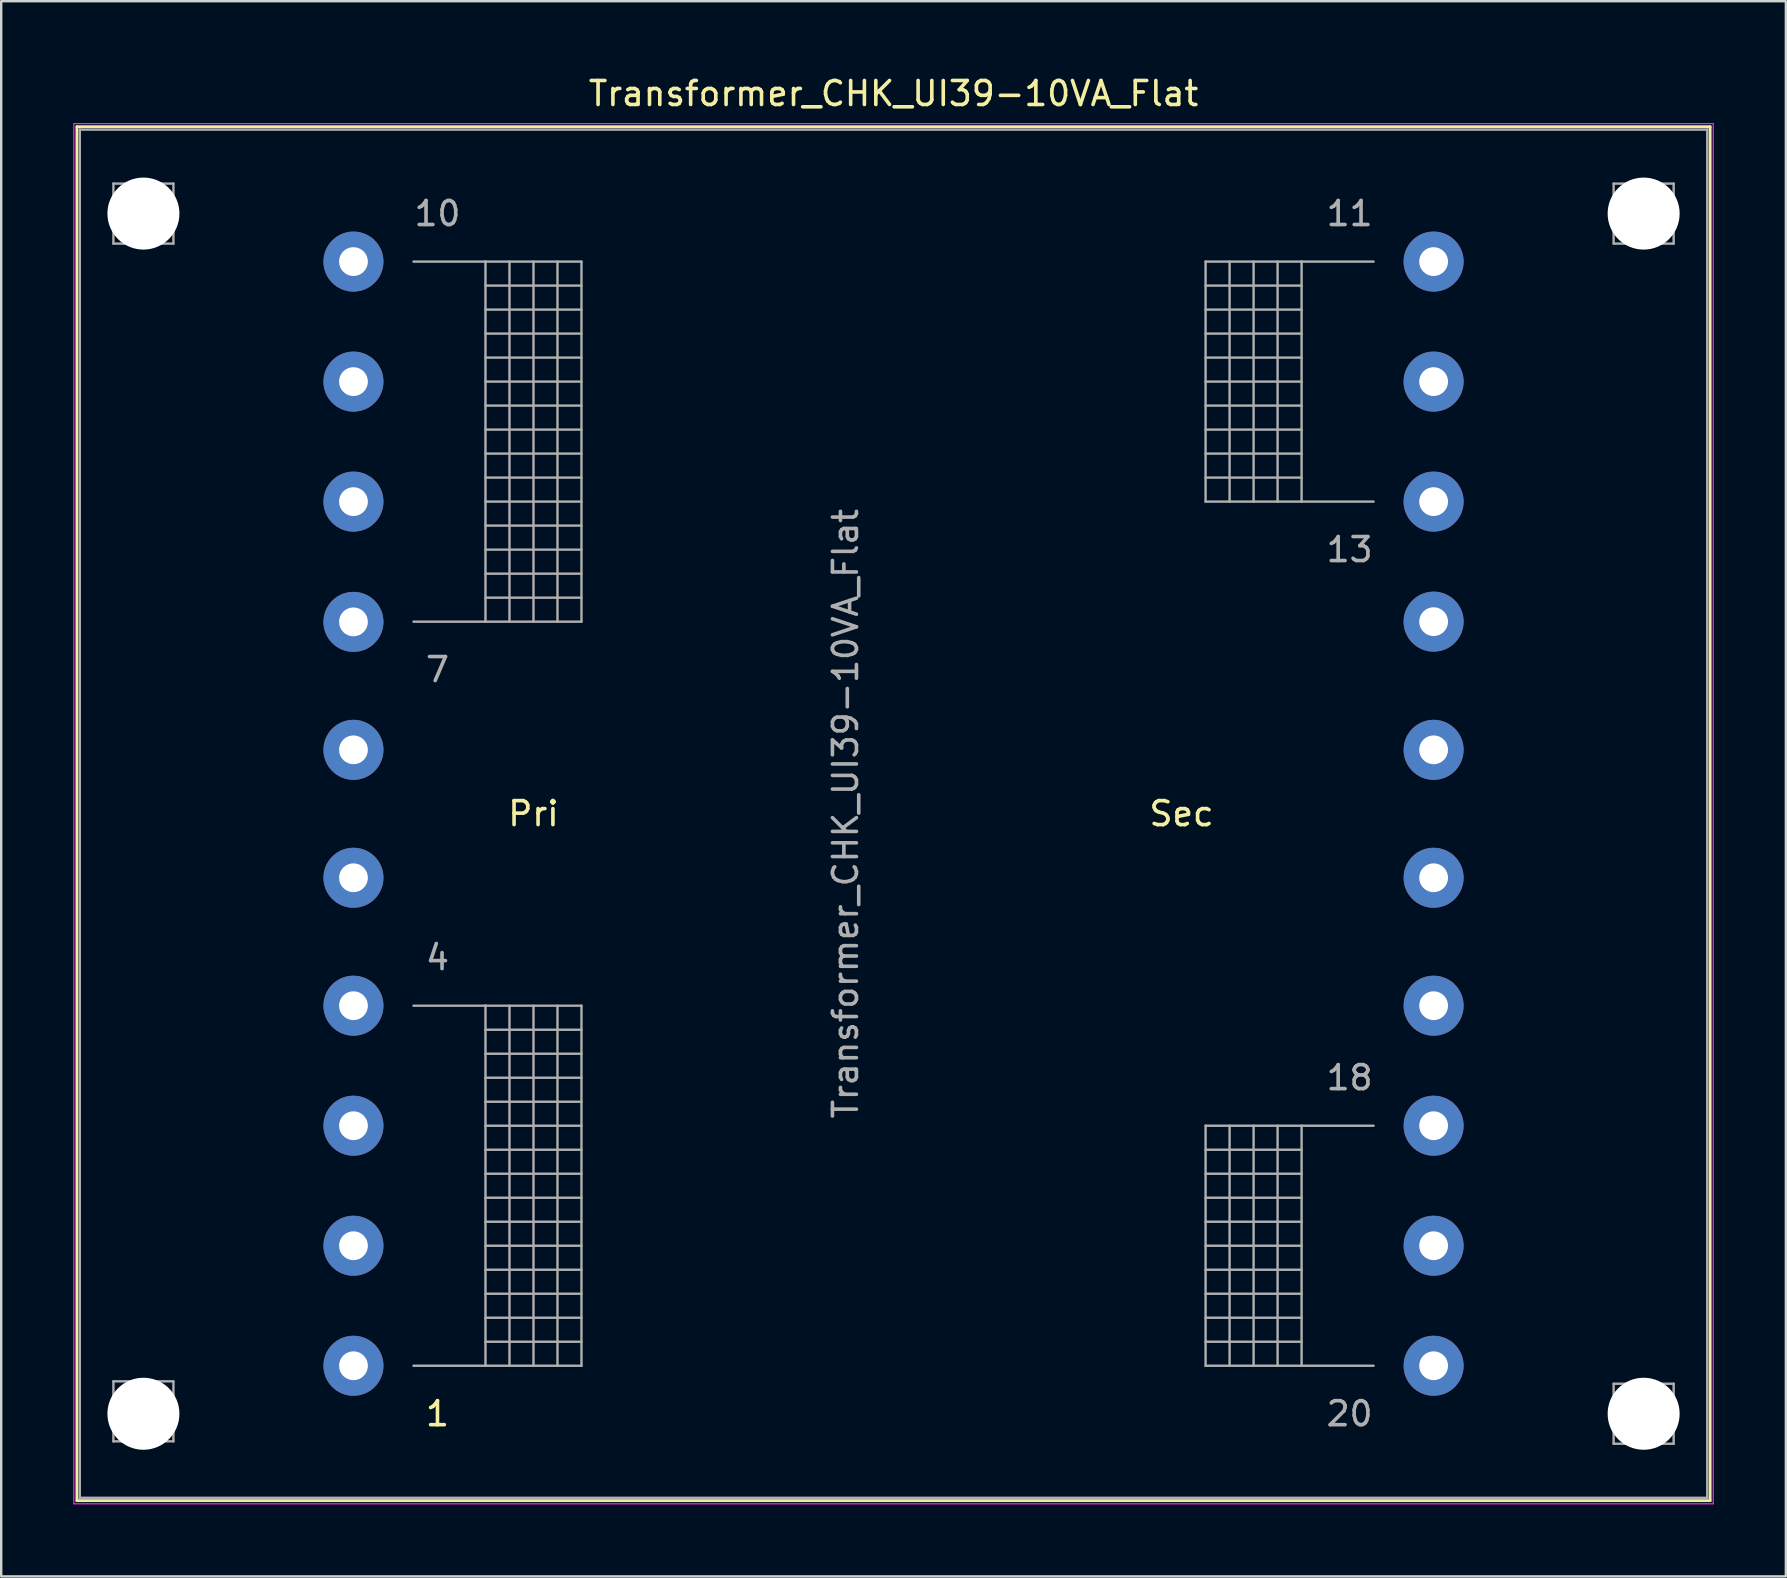
<source format=kicad_pcb>
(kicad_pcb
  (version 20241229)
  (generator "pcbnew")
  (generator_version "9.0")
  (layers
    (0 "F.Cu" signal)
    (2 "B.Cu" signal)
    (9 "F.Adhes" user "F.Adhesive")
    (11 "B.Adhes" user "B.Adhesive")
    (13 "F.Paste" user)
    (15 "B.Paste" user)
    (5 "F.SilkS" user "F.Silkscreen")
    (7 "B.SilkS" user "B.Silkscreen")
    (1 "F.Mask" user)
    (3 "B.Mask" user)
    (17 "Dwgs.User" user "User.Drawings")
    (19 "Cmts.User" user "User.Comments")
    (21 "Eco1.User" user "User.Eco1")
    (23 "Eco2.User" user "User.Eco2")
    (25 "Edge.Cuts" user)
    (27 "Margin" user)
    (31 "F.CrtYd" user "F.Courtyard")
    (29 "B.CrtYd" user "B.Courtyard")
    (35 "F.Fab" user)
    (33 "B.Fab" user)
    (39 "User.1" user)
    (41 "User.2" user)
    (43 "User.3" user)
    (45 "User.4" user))
  (footprint "Transformer_CHK_UI39-10VA_Flat"
    (layer "F.Cu")
    (at 11.675 53.848)
    (property "Reference" "Transformer_CHK_UI39-10VA_Flat" (at 22.5 -53 0) (layer "F.SilkS") (effects (font (size 1 1) (thickness 0.15))))
    (attr through_hole)
    (fp_line (start -11.52 -51.62) (end -11.52 5.62) (stroke (width 0.12) (type solid)) (layer "F.SilkS"))
    (fp_line (start -11.52 -51.62) (end 56.52 -51.62) (stroke (width 0.12) (type solid)) (layer "F.SilkS"))
    (fp_line (start 56.52 5.62) (end -11.52 5.62) (stroke (width 0.12) (type solid)) (layer "F.SilkS"))
    (fp_line (start 56.52 5.62) (end 56.52 -51.62) (stroke (width 0.12) (type solid)) (layer "F.SilkS"))
    (fp_line (start -11.65 -51.75) (end -11.65 5.75) (stroke (width 0.05) (type solid)) (layer "F.CrtYd"))
    (fp_line (start -11.65 -51.75) (end 56.65 -51.75) (stroke (width 0.05) (type solid)) (layer "F.CrtYd"))
    (fp_line (start 56.65 5.75) (end -11.65 5.75) (stroke (width 0.05) (type solid)) (layer "F.CrtYd"))
    (fp_line (start 56.65 5.75) (end 56.65 -51.75) (stroke (width 0.05) (type solid)) (layer "F.CrtYd"))
    (fp_line (start -11.4 -51.5) (end -11.4 5.5) (stroke (width 0.1) (type solid)) (layer "F.Fab"))
    (fp_line (start -11.4 5.5) (end 56.4 5.5) (stroke (width 0.1) (type solid)) (layer "F.Fab"))
    (fp_line (start -10 -49.25) (end -10 -46.75) (stroke (width 0.1) (type solid)) (layer "F.Fab"))
    (fp_line (start -10 -46.75) (end -7.5 -46.75) (stroke (width 0.1) (type solid)) (layer "F.Fab"))
    (fp_line (start -10 0.65) (end -10 3.15) (stroke (width 0.1) (type solid)) (layer "F.Fab"))
    (fp_line (start -10 3.15) (end -7.5 3.15) (stroke (width 0.1) (type solid)) (layer "F.Fab"))
    (fp_line (start -8.75 -49.25) (end -10 -49.25) (stroke (width 0.1) (type solid)) (layer "F.Fab"))
    (fp_line (start -8.75 0.65) (end -10 0.65) (stroke (width 0.1) (type solid)) (layer "F.Fab"))
    (fp_line (start -7.5 -49.25) (end -8.75 -49.25) (stroke (width 0.1) (type solid)) (layer "F.Fab"))
    (fp_line (start -7.5 -46.75) (end -7.5 -49.25) (stroke (width 0.1) (type solid)) (layer "F.Fab"))
    (fp_line (start -7.5 0.65) (end -8.75 0.65) (stroke (width 0.1) (type solid)) (layer "F.Fab"))
    (fp_line (start -7.5 3.15) (end -7.5 0.65) (stroke (width 0.1) (type solid)) (layer "F.Fab"))
    (fp_line (start 2.5 -46) (end 5.5 -46) (stroke (width 0.1) (type solid)) (layer "F.Fab"))
    (fp_line (start 2.5 -15) (end 5.5 -15) (stroke (width 0.1) (type solid)) (layer "F.Fab"))
    (fp_line (start 5.5 -46) (end 5.5 -31) (stroke (width 0.1) (type solid)) (layer "F.Fab"))
    (fp_line (start 5.5 -46) (end 9.5 -46) (stroke (width 0.1) (type solid)) (layer "F.Fab"))
    (fp_line (start 5.5 -45) (end 9.5 -45) (stroke (width 0.1) (type solid)) (layer "F.Fab"))
    (fp_line (start 5.5 -44) (end 9.5 -44) (stroke (width 0.1) (type solid)) (layer "F.Fab"))
    (fp_line (start 5.5 -43) (end 9.5 -43) (stroke (width 0.1) (type solid)) (layer "F.Fab"))
    (fp_line (start 5.5 -42) (end 9.5 -42) (stroke (width 0.1) (type solid)) (layer "F.Fab"))
    (fp_line (start 5.5 -41) (end 9.5 -41) (stroke (width 0.1) (type solid)) (layer "F.Fab"))
    (fp_line (start 5.5 -40) (end 9.5 -40) (stroke (width 0.1) (type solid)) (layer "F.Fab"))
    (fp_line (start 5.5 -39) (end 9.5 -39) (stroke (width 0.1) (type solid)) (layer "F.Fab"))
    (fp_line (start 5.5 -38) (end 9.5 -38) (stroke (width 0.1) (type solid)) (layer "F.Fab"))
    (fp_line (start 5.5 -37) (end 9.5 -37) (stroke (width 0.1) (type solid)) (layer "F.Fab"))
    (fp_line (start 5.5 -36) (end 9.5 -36) (stroke (width 0.1) (type solid)) (layer "F.Fab"))
    (fp_line (start 5.5 -35) (end 9.5 -35) (stroke (width 0.1) (type solid)) (layer "F.Fab"))
    (fp_line (start 5.5 -34) (end 9.5 -34) (stroke (width 0.1) (type solid)) (layer "F.Fab"))
    (fp_line (start 5.5 -33) (end 9.5 -33) (stroke (width 0.1) (type solid)) (layer "F.Fab"))
    (fp_line (start 5.5 -32) (end 9.5 -32) (stroke (width 0.1) (type solid)) (layer "F.Fab"))
    (fp_line (start 5.5 -31) (end 2.5 -31) (stroke (width 0.1) (type solid)) (layer "F.Fab"))
    (fp_line (start 5.5 -15) (end 5.5 0) (stroke (width 0.1) (type solid)) (layer "F.Fab"))
    (fp_line (start 5.5 -15) (end 9.5 -15) (stroke (width 0.1) (type solid)) (layer "F.Fab"))
    (fp_line (start 5.5 -14) (end 9.5 -14) (stroke (width 0.1) (type solid)) (layer "F.Fab"))
    (fp_line (start 5.5 -13) (end 9.5 -13) (stroke (width 0.1) (type solid)) (layer "F.Fab"))
    (fp_line (start 5.5 -12) (end 9.5 -12) (stroke (width 0.1) (type solid)) (layer "F.Fab"))
    (fp_line (start 5.5 -11) (end 9.5 -11) (stroke (width 0.1) (type solid)) (layer "F.Fab"))
    (fp_line (start 5.5 -10) (end 9.5 -10) (stroke (width 0.1) (type solid)) (layer "F.Fab"))
    (fp_line (start 5.5 -9) (end 9.5 -9) (stroke (width 0.1) (type solid)) (layer "F.Fab"))
    (fp_line (start 5.5 -8) (end 9.5 -8) (stroke (width 0.1) (type solid)) (layer "F.Fab"))
    (fp_line (start 5.5 -7) (end 9.5 -7) (stroke (width 0.1) (type solid)) (layer "F.Fab"))
    (fp_line (start 5.5 -6) (end 9.5 -6) (stroke (width 0.1) (type solid)) (layer "F.Fab"))
    (fp_line (start 5.5 -5) (end 9.5 -5) (stroke (width 0.1) (type solid)) (layer "F.Fab"))
    (fp_line (start 5.5 -4) (end 9.5 -4) (stroke (width 0.1) (type solid)) (layer "F.Fab"))
    (fp_line (start 5.5 -3) (end 9.5 -3) (stroke (width 0.1) (type solid)) (layer "F.Fab"))
    (fp_line (start 5.5 -2) (end 9.5 -2) (stroke (width 0.1) (type solid)) (layer "F.Fab"))
    (fp_line (start 5.5 -1) (end 9.5 -1) (stroke (width 0.1) (type solid)) (layer "F.Fab"))
    (fp_line (start 5.5 0) (end 2.5 0) (stroke (width 0.1) (type solid)) (layer "F.Fab"))
    (fp_line (start 6.5 -46) (end 6.5 -31) (stroke (width 0.1) (type solid)) (layer "F.Fab"))
    (fp_line (start 6.5 -15) (end 6.5 0) (stroke (width 0.1) (type solid)) (layer "F.Fab"))
    (fp_line (start 7.5 -31) (end 7.5 -46) (stroke (width 0.1) (type solid)) (layer "F.Fab"))
    (fp_line (start 7.5 0) (end 7.5 -15) (stroke (width 0.1) (type solid)) (layer "F.Fab"))
    (fp_line (start 8.5 -46) (end 8.5 -31) (stroke (width 0.1) (type solid)) (layer "F.Fab"))
    (fp_line (start 8.5 -15) (end 8.5 0) (stroke (width 0.1) (type solid)) (layer "F.Fab"))
    (fp_line (start 9.5 -46) (end 9.5 -31) (stroke (width 0.1) (type solid)) (layer "F.Fab"))
    (fp_line (start 9.5 -31) (end 5.5 -31) (stroke (width 0.1) (type solid)) (layer "F.Fab"))
    (fp_line (start 9.5 -15) (end 9.5 0) (stroke (width 0.1) (type solid)) (layer "F.Fab"))
    (fp_line (start 9.5 0) (end 5.5 0) (stroke (width 0.1) (type solid)) (layer "F.Fab"))
    (fp_line (start 35.5 -46) (end 35.5 -36) (stroke (width 0.1) (type solid)) (layer "F.Fab"))
    (fp_line (start 35.5 -45) (end 39.5 -45) (stroke (width 0.1) (type solid)) (layer "F.Fab"))
    (fp_line (start 35.5 -44) (end 39.5 -44) (stroke (width 0.1) (type solid)) (layer "F.Fab"))
    (fp_line (start 35.5 -43) (end 39.5 -43) (stroke (width 0.1) (type solid)) (layer "F.Fab"))
    (fp_line (start 35.5 -42) (end 39.5 -42) (stroke (width 0.1) (type solid)) (layer "F.Fab"))
    (fp_line (start 35.5 -41) (end 39.5 -41) (stroke (width 0.1) (type solid)) (layer "F.Fab"))
    (fp_line (start 35.5 -40) (end 39.5 -40) (stroke (width 0.1) (type solid)) (layer "F.Fab"))
    (fp_line (start 35.5 -39) (end 39.5 -39) (stroke (width 0.1) (type solid)) (layer "F.Fab"))
    (fp_line (start 35.5 -38) (end 39.5 -38) (stroke (width 0.1) (type solid)) (layer "F.Fab"))
    (fp_line (start 35.5 -37) (end 39.5 -37) (stroke (width 0.1) (type solid)) (layer "F.Fab"))
    (fp_line (start 35.5 -36) (end 39.5 -36) (stroke (width 0.1) (type solid)) (layer "F.Fab"))
    (fp_line (start 35.5 -10) (end 35.5 0) (stroke (width 0.1) (type solid)) (layer "F.Fab"))
    (fp_line (start 35.5 -9) (end 39.5 -9) (stroke (width 0.1) (type solid)) (layer "F.Fab"))
    (fp_line (start 35.5 -8) (end 39.5 -8) (stroke (width 0.1) (type solid)) (layer "F.Fab"))
    (fp_line (start 35.5 -7) (end 39.5 -7) (stroke (width 0.1) (type solid)) (layer "F.Fab"))
    (fp_line (start 35.5 -6) (end 39.5 -6) (stroke (width 0.1) (type solid)) (layer "F.Fab"))
    (fp_line (start 35.5 -5) (end 39.5 -5) (stroke (width 0.1) (type solid)) (layer "F.Fab"))
    (fp_line (start 35.5 -4) (end 39.5 -4) (stroke (width 0.1) (type solid)) (layer "F.Fab"))
    (fp_line (start 35.5 -3) (end 39.5 -3) (stroke (width 0.1) (type solid)) (layer "F.Fab"))
    (fp_line (start 35.5 -2) (end 39.5 -2) (stroke (width 0.1) (type solid)) (layer "F.Fab"))
    (fp_line (start 35.5 -1) (end 39.5 -1) (stroke (width 0.1) (type solid)) (layer "F.Fab"))
    (fp_line (start 35.5 0) (end 39.5 0) (stroke (width 0.1) (type solid)) (layer "F.Fab"))
    (fp_line (start 36.5 -46) (end 36.5 -36) (stroke (width 0.1) (type solid)) (layer "F.Fab"))
    (fp_line (start 36.5 -10) (end 36.5 0) (stroke (width 0.1) (type solid)) (layer "F.Fab"))
    (fp_line (start 37.5 -36) (end 37.5 -46) (stroke (width 0.1) (type solid)) (layer "F.Fab"))
    (fp_line (start 37.5 0) (end 37.5 -10) (stroke (width 0.1) (type solid)) (layer "F.Fab"))
    (fp_line (start 38.5 -46) (end 38.5 -36) (stroke (width 0.1) (type solid)) (layer "F.Fab"))
    (fp_line (start 38.5 -10) (end 38.5 0) (stroke (width 0.1) (type solid)) (layer "F.Fab"))
    (fp_line (start 39.5 -46) (end 35.5 -46) (stroke (width 0.1) (type solid)) (layer "F.Fab"))
    (fp_line (start 39.5 -46) (end 39.5 -36) (stroke (width 0.1) (type solid)) (layer "F.Fab"))
    (fp_line (start 39.5 -36) (end 42.5 -36) (stroke (width 0.1) (type solid)) (layer "F.Fab"))
    (fp_line (start 39.5 -10) (end 35.5 -10) (stroke (width 0.1) (type solid)) (layer "F.Fab"))
    (fp_line (start 39.5 -10) (end 39.5 0) (stroke (width 0.1) (type solid)) (layer "F.Fab"))
    (fp_line (start 39.5 0) (end 42.5 0) (stroke (width 0.1) (type solid)) (layer "F.Fab"))
    (fp_line (start 42.5 -46) (end 39.5 -46) (stroke (width 0.1) (type solid)) (layer "F.Fab"))
    (fp_line (start 42.5 -10) (end 39.5 -10) (stroke (width 0.1) (type solid)) (layer "F.Fab"))
    (fp_line (start 52.5 -49.25) (end 52.5 -46.75) (stroke (width 0.1) (type solid)) (layer "F.Fab"))
    (fp_line (start 52.5 -46.75) (end 55 -46.75) (stroke (width 0.1) (type solid)) (layer "F.Fab"))
    (fp_line (start 52.5 0.75) (end 52.5 3.25) (stroke (width 0.1) (type solid)) (layer "F.Fab"))
    (fp_line (start 52.5 3.25) (end 55 3.25) (stroke (width 0.1) (type solid)) (layer "F.Fab"))
    (fp_line (start 53.75 -49.25) (end 52.5 -49.25) (stroke (width 0.1) (type solid)) (layer "F.Fab"))
    (fp_line (start 53.75 0.75) (end 52.5 0.75) (stroke (width 0.1) (type solid)) (layer "F.Fab"))
    (fp_line (start 55 -49.25) (end 53.75 -49.25) (stroke (width 0.1) (type solid)) (layer "F.Fab"))
    (fp_line (start 55 -46.75) (end 55 -49.25) (stroke (width 0.1) (type solid)) (layer "F.Fab"))
    (fp_line (start 55 0.75) (end 53.75 0.75) (stroke (width 0.1) (type solid)) (layer "F.Fab"))
    (fp_line (start 55 3.25) (end 55 0.75) (stroke (width 0.1) (type solid)) (layer "F.Fab"))
    (fp_line (start 56.4 -51.5) (end -11.4 -51.5) (stroke (width 0.1) (type solid)) (layer "F.Fab"))
    (fp_line (start 56.4 5.5) (end 56.4 -51.5) (stroke (width 0.1) (type solid)) (layer "F.Fab"))
    (fp_text user "Sec" (at 34.5 -23 0) (layer "F.SilkS") (effects (font (size 1 1) (thickness 0.15))))
    (fp_text user "Pri" (at 7.5 -23 0) (layer "F.SilkS") (effects (font (size 1 1) (thickness 0.15))))
    (fp_text user "1" (at 3.5 2 0) (layer "F.SilkS") (effects (font (size 1 1) (thickness 0.15))))
    (fp_text user "20" (at 41.5 2 0) (layer "F.Fab") (effects (font (size 1 1) (thickness 0.15))))
    (fp_text user "7" (at 3.5 -29 0) (layer "F.Fab") (effects (font (size 1 1) (thickness 0.15))))
    (fp_text user "${REFERENCE}" (at 20.5 -23 90) (layer "F.Fab") (effects (font (size 1 1) (thickness 0.15))))
    (fp_text user "18" (at 41.5 -12 0) (layer "F.Fab") (effects (font (size 1 1) (thickness 0.15))))
    (fp_text user "11" (at 41.5 -48 0) (layer "F.Fab") (effects (font (size 1 1) (thickness 0.15))))
    (fp_text user "10" (at 3.5 -48 0) (layer "F.Fab") (effects (font (size 1 1) (thickness 0.15))))
    (fp_text user "4" (at 3.5 -17 0) (layer "F.Fab") (effects (font (size 1 1) (thickness 0.15))))
    (fp_text user "13" (at 41.5 -34 0) (layer "F.Fab") (effects (font (size 1 1) (thickness 0.15))))
    (pad "" np_thru_hole circle (at -8.75 -48) (size 3 3) (drill 3) (layers "*.Cu" "*.Mask"))
    (pad "" np_thru_hole circle (at -8.75 2) (size 3 3) (drill 3) (layers "*.Cu" "*.Mask"))
    (pad "" np_thru_hole circle (at 53.75 -48) (size 3 3) (drill 3) (layers "*.Cu" "*.Mask"))
    (pad "" np_thru_hole circle (at 53.75 2) (size 3 3) (drill 3) (layers "*.Cu" "*.Mask"))
    (pad "1" thru_hole circle (at 0 0) (size 2.5 2.5) (drill 1.2) (layers "*.Cu" "*.Mask"))
    (pad "2" thru_hole circle (at 0 -5) (size 2.5 2.5) (drill 1.2) (layers "*.Cu" "*.Mask"))
    (pad "3" thru_hole circle (at 0 -10) (size 2.5 2.5) (drill 1.2) (layers "*.Cu" "*.Mask"))
    (pad "4" thru_hole circle (at 0 -15) (size 2.5 2.5) (drill 1.2) (layers "*.Cu" "*.Mask"))
    (pad "5" thru_hole circle (at 0 -20.33) (size 2.5 2.5) (drill 1.2) (layers "*.Cu" "*.Mask"))
    (pad "6" thru_hole circle (at 0 -25.66) (size 2.5 2.5) (drill 1.2) (layers "*.Cu" "*.Mask"))
    (pad "7" thru_hole circle (at 0 -30.99) (size 2.5 2.5) (drill 1.2) (layers "*.Cu" "*.Mask"))
    (pad "8" thru_hole circle (at 0 -36) (size 2.5 2.5) (drill 1.2) (layers "*.Cu" "*.Mask"))
    (pad "9" thru_hole circle (at 0 -41) (size 2.5 2.5) (drill 1.2) (layers "*.Cu" "*.Mask"))
    (pad "10" thru_hole circle (at 0 -46) (size 2.5 2.5) (drill 1.2) (layers "*.Cu" "*.Mask"))
    (pad "11" thru_hole circle (at 45 -46) (size 2.5 2.5) (drill 1.2) (layers "*.Cu" "*.Mask"))
    (pad "12" thru_hole circle (at 45 -41) (size 2.5 2.5) (drill 1.2) (layers "*.Cu" "*.Mask"))
    (pad "13" thru_hole circle (at 45 -36) (size 2.5 2.5) (drill 1.2) (layers "*.Cu" "*.Mask"))
    (pad "14" thru_hole circle (at 45 -31) (size 2.5 2.5) (drill 1.2) (layers "*.Cu" "*.Mask"))
    (pad "15" thru_hole circle (at 45 -25.66) (size 2.5 2.5) (drill 1.2) (layers "*.Cu" "*.Mask"))
    (pad "16" thru_hole circle (at 45 -20.33) (size 2.5 2.5) (drill 1.2) (layers "*.Cu" "*.Mask"))
    (pad "17" thru_hole circle (at 45 -15) (size 2.5 2.5) (drill 1.2) (layers "*.Cu" "*.Mask"))
    (pad "18" thru_hole circle (at 45 -10) (size 2.5 2.5) (drill 1.2) (layers "*.Cu" "*.Mask"))
    (pad "19" thru_hole circle (at 45 -5) (size 2.5 2.5) (drill 1.2) (layers "*.Cu" "*.Mask"))
    (pad "20" thru_hole circle (at 45 0) (size 2.5 2.5) (drill 1.2) (layers "*.Cu" "*.Mask")))
  (gr_rect
    (start -3 -3)
    (end 71.35 62.623)
    (stroke (width 0.1) (type default))
    (fill no)
    (layer "Edge.Cuts")))
</source>
